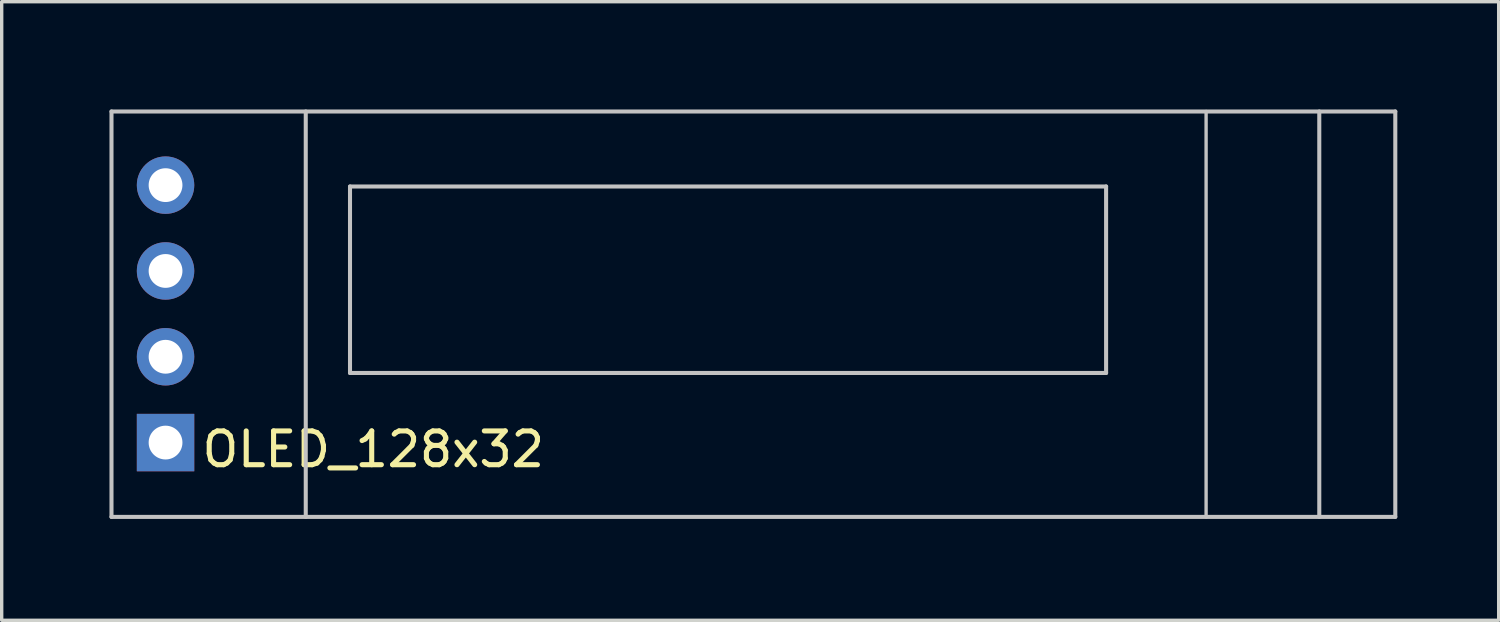
<source format=kicad_pcb>
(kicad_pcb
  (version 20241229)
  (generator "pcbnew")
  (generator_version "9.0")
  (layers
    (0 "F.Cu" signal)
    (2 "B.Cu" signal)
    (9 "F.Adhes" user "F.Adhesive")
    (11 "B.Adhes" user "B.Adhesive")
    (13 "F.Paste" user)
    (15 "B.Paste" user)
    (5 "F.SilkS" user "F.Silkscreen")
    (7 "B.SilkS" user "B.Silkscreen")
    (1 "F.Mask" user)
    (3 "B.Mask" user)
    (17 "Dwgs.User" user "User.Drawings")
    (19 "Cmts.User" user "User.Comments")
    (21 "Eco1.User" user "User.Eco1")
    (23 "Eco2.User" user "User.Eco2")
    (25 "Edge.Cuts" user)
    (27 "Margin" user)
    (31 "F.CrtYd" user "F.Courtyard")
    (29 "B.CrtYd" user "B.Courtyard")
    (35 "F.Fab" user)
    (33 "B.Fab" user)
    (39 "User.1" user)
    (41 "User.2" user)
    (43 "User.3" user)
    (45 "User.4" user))
  (footprint "OLED_128x32"
    (layer "F.Cu")
    (at 0.25 0.25)
    (property "Reference" "OLED_128x32" (at 7.75 10 0) (layer "F.SilkS") (effects (font (size 1 1) (thickness 0.15))))
    (attr through_hole exclude_from_pos_files)
    (fp_line (start 0 0) (end 0 12) (stroke (width 0.12) (type solid)) (layer "Dwgs.User"))
    (fp_line (start 0 0) (end 38 0) (stroke (width 0.12) (type solid)) (layer "Dwgs.User"))
    (fp_line (start 5.75 0) (end 5.75 12) (stroke (width 0.12) (type solid)) (layer "Dwgs.User"))
    (fp_line (start 7.06 2.22) (end 7.06 7.74) (stroke (width 0.12) (type solid)) (layer "Dwgs.User"))
    (fp_line (start 7.06 2.22) (end 29.44 2.22) (stroke (width 0.12) (type solid)) (layer "Dwgs.User"))
    (fp_line (start 7.06 7.74) (end 29.44 7.74) (stroke (width 0.12) (type solid)) (layer "Dwgs.User"))
    (fp_line (start 29.44 7.74) (end 29.44 2.22) (stroke (width 0.12) (type solid)) (layer "Dwgs.User"))
    (fp_line (start 32.4 0) (end 32.4 12) (stroke (width 0.1) (type solid)) (layer "Dwgs.User"))
    (fp_line (start 35.75 0) (end 35.75 12) (stroke (width 0.12) (type solid)) (layer "Dwgs.User"))
    (fp_line (start 38 0) (end 38 12) (stroke (width 0.12) (type solid)) (layer "Dwgs.User"))
    (fp_line (start 38 12) (end 0 12) (stroke (width 0.12) (type solid)) (layer "Dwgs.User"))
    (pad "1" thru_hole rect (at 1.6 9.8 180) (size 1.7 1.7) (drill 1) (layers "*.Cu" "*.Mask"))
    (pad "2" thru_hole oval (at 1.6 7.26 180) (size 1.7 1.7) (drill 1) (layers "*.Cu" "*.Mask"))
    (pad "3" thru_hole oval (at 1.6 4.72 180) (size 1.7 1.7) (drill 1) (layers "*.Cu" "*.Mask"))
    (pad "4" thru_hole oval (at 1.6 2.18 180) (size 1.7 1.7) (drill 1) (layers "*.Cu" "*.Mask")))
  (gr_rect
    (start -3 -3)
    (end 41.31 15.31)
    (stroke (width 0.1) (type default))
    (fill no)
    (layer "Edge.Cuts")))
</source>
